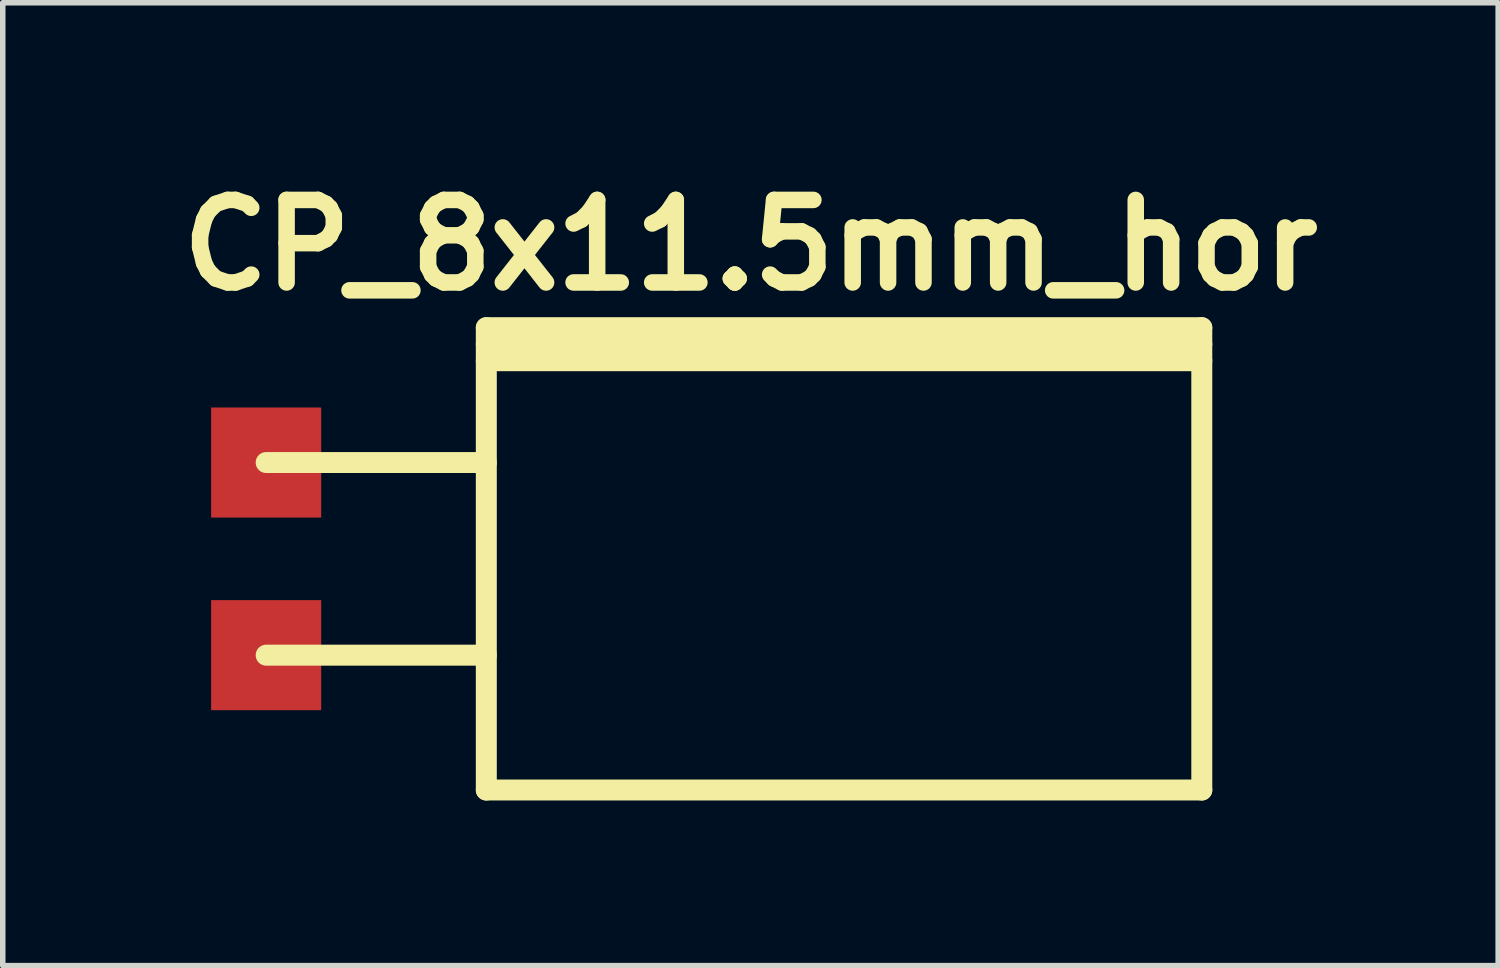
<source format=kicad_pcb>
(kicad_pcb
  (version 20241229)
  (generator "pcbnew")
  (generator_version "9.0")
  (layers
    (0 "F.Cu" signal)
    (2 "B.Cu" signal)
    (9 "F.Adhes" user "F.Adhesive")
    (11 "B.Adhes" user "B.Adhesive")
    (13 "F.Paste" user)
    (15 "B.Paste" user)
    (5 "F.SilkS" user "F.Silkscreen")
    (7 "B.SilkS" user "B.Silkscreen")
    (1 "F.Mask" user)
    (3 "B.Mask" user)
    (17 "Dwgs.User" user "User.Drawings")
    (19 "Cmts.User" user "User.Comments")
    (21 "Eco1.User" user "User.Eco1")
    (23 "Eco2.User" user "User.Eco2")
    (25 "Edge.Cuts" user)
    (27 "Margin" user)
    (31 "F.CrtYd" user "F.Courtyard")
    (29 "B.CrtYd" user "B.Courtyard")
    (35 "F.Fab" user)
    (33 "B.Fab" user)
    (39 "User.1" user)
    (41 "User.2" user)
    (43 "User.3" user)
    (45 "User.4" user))
  (footprint "CP_8x11.5mm_hor"
    (layer "F.Cu")
    (at 10.586 7.104)
    (property "Reference" "CP_8x11.5mm_hor" (at 0 -5.7 0) (layer "F.SilkS") (effects (font (size 1.5 1.5) (thickness 0.3))))
    (attr through_hole)
    (fp_line (start -8.8 -1.75) (end -4.8 -1.75) (stroke (width 0.381) (type solid)) (layer "F.SilkS"))
    (fp_line (start -8.8 1.75) (end -4.8 1.75) (stroke (width 0.381) (type solid)) (layer "F.SilkS"))
    (fp_line (start -4.8 -3.9) (end 8.2 -3.9) (stroke (width 0.381) (type solid)) (layer "F.SilkS"))
    (fp_line (start -4.8 -3.6) (end 8.2 -3.6) (stroke (width 0.381) (type solid)) (layer "F.SilkS"))
    (fp_line (start -4.8 4.2) (end -4.8 -4.2) (stroke (width 0.381) (type solid)) (layer "F.SilkS"))
    (fp_line (start 8.2 -4.2) (end -4.8 -4.2) (stroke (width 0.381) (type solid)) (layer "F.SilkS"))
    (fp_line (start 8.2 -4.2) (end 8.2 4.2) (stroke (width 0.381) (type solid)) (layer "F.SilkS"))
    (fp_line (start 8.2 4.2) (end -4.8 4.2) (stroke (width 0.381) (type solid)) (layer "F.SilkS"))
    (pad "1" smd rect (at -8.8 1.75) (size 2 2) (layers "F.Cu" "F.Mask" "F.Paste"))
    (pad "2" smd rect (at -8.8 -1.75) (size 2 2) (layers "F.Cu" "F.Mask" "F.Paste")))
  (gr_rect
    (start -3 -3)
    (end 24.171 14.495)
    (stroke (width 0.1) (type default))
    (fill no)
    (layer "Edge.Cuts")))
</source>
